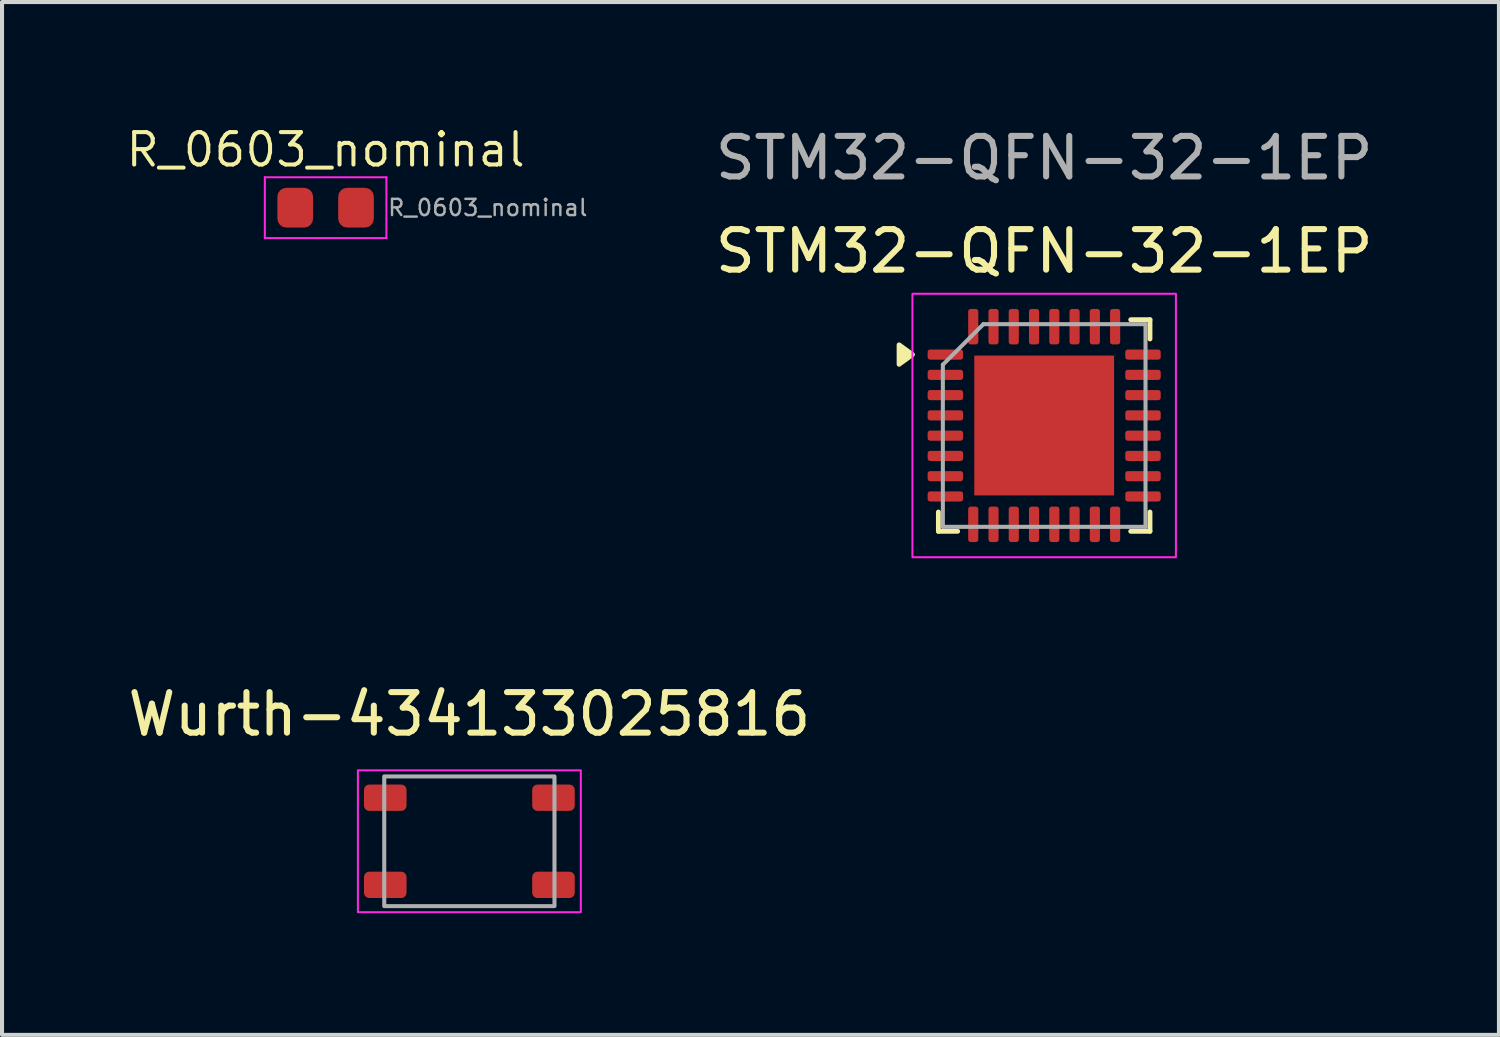
<source format=kicad_pcb>
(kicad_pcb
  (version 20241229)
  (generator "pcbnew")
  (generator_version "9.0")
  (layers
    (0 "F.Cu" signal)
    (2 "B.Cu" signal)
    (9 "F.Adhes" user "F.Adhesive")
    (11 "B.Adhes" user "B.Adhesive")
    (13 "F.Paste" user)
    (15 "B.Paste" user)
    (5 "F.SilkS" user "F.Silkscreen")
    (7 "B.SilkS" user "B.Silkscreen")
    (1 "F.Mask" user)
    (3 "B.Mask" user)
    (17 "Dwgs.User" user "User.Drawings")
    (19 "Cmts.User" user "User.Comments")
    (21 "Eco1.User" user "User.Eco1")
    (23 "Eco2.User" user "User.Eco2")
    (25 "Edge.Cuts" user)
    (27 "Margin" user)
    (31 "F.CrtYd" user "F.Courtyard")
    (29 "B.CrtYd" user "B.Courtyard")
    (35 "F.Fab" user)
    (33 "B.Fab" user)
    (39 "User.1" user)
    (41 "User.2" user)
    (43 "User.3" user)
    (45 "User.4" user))
  (footprint "R_0603_nominal"
    (layer "F.Cu")
    (at 4.984 2.074)
    (property "Reference" "R_0603_nominal" (at 0 -1.43 0) (layer "F.SilkS") (effects (font (size 0.8 0.8) (thickness 0.1))))
    (attr smd)
    (fp_line (start -1.5 -0.75) (end 1.5 -0.75) (stroke (width 0.05) (type solid)) (layer "F.CrtYd"))
    (fp_line (start -1.5 0.75) (end -1.5 -0.75) (stroke (width 0.05) (type solid)) (layer "F.CrtYd"))
    (fp_line (start 1.5 -0.75) (end 1.5 0.75) (stroke (width 0.05) (type solid)) (layer "F.CrtYd"))
    (fp_line (start 1.5 0.75) (end -1.5 0.75) (stroke (width 0.05) (type solid)) (layer "F.CrtYd"))
    (fp_text user "${REFERENCE}" (at 4 0 0) (layer "F.Fab") (effects (font (size 0.4 0.4) (thickness 0.06))))
    (pad "1" smd roundrect (at -0.75 0) (size 0.88 0.98) (layers "F.Cu" "F.Mask" "F.Paste") (roundrect_rratio 0.25))
    (pad "2" smd roundrect (at 0.75 0) (size 0.88 0.98) (layers "F.Cu" "F.Mask" "F.Paste") (roundrect_rratio 0.25)))
  (footprint "Wurth-434133025816"
    (layer "F.Cu")
    (at 8.53 17.706)
    (property "Reference" "Wurth-434133025816" (at 0 -3.135 0) (layer "F.SilkS") (effects (font (size 1 1) (thickness 0.15))))
    (attr smd)
    (fp_rect (start -2.75 -1.75) (end 2.75 1.75) (stroke (width 0.05) (type default)) (fill no) (layer "F.CrtYd"))
    (fp_rect (start -2.1 -1.6) (end 2.1 1.6) (stroke (width 0.1) (type default)) (fill no) (layer "F.Fab"))
    (pad "1" smd roundrect (at -2.075 -1.075) (size 1.05 0.65) (layers "F.Cu" "F.Mask" "F.Paste") (roundrect_rratio 0.2))
    (pad "2" smd roundrect (at 2.075 -1.075) (size 1.05 0.65) (layers "F.Cu" "F.Mask" "F.Paste") (roundrect_rratio 0.2))
    (pad "3" smd roundrect (at -2.075 1.075) (size 1.05 0.65) (layers "F.Cu" "F.Mask" "F.Paste") (roundrect_rratio 0.2))
    (pad "4" smd roundrect (at 2.075 1.075) (size 1.05 0.65) (layers "F.Cu" "F.Mask" "F.Paste") (roundrect_rratio 0.2)))
  (footprint "STM32-QFN-32-1EP"
    (layer "F.Cu")
    (at 22.712 7.448)
    (property "Reference" "STM32-QFN-32-1EP" (at 0 -4.3 0) (layer "F.SilkS") (effects (font (size 1 1) (thickness 0.15))))
    (attr smd)
    (fp_line (start -2.61 2.61) (end -2.61 2.135) (stroke (width 0.12) (type solid)) (layer "F.SilkS"))
    (fp_line (start -2.135 2.61) (end -2.61 2.61) (stroke (width 0.12) (type solid)) (layer "F.SilkS"))
    (fp_line (start 2.135 -2.61) (end 2.61 -2.61) (stroke (width 0.12) (type solid)) (layer "F.SilkS"))
    (fp_line (start 2.135 2.61) (end 2.61 2.61) (stroke (width 0.12) (type solid)) (layer "F.SilkS"))
    (fp_line (start 2.61 -2.61) (end 2.61 -2.135) (stroke (width 0.12) (type solid)) (layer "F.SilkS"))
    (fp_line (start 2.61 2.61) (end 2.61 2.135) (stroke (width 0.12) (type solid)) (layer "F.SilkS"))
    (fp_poly (pts (xy -3.25 -1.75) (xy -3.58 -1.51) (xy -3.58 -1.99) (xy -3.25 -1.75)) (stroke (width 0.12) (type solid)) (fill yes) (layer "F.SilkS"))
    (fp_rect (start -3.25 -3.25) (end 3.25 3.25) (stroke (width 0.05) (type default)) (fill no) (layer "F.CrtYd"))
    (fp_line (start -2.5 -1.5) (end -1.5 -2.5) (stroke (width 0.1) (type solid)) (layer "F.Fab"))
    (fp_line (start -2.5 2.5) (end -2.5 -1.5) (stroke (width 0.1) (type solid)) (layer "F.Fab"))
    (fp_line (start -1.5 -2.5) (end 2.5 -2.5) (stroke (width 0.1) (type solid)) (layer "F.Fab"))
    (fp_line (start 2.5 -2.5) (end 2.5 2.5) (stroke (width 0.1) (type solid)) (layer "F.Fab"))
    (fp_line (start 2.5 2.5) (end -2.5 2.5) (stroke (width 0.1) (type solid)) (layer "F.Fab"))
    (fp_text user "${REFERENCE}" (at 0 -6.6 0) (layer "F.Fab") (effects (font (size 1 1) (thickness 0.15))))
    (pad "" smd roundrect (at -1.15 -1.15) (size 0.93 0.93) (layers "F.Paste") (roundrect_rratio 0.25))
    (pad "" smd roundrect (at -1.15 0) (size 0.93 0.93) (layers "F.Paste") (roundrect_rratio 0.25))
    (pad "" smd roundrect (at -1.15 1.15) (size 0.93 0.93) (layers "F.Paste") (roundrect_rratio 0.25))
    (pad "" smd roundrect (at 0 -1.15) (size 0.93 0.93) (layers "F.Paste") (roundrect_rratio 0.25))
    (pad "" smd roundrect (at 0 0) (size 0.93 0.93) (layers "F.Paste") (roundrect_rratio 0.25))
    (pad "" smd roundrect (at 0 1.15) (size 0.93 0.93) (layers "F.Paste") (roundrect_rratio 0.25))
    (pad "" smd roundrect (at 1.15 -1.15) (size 0.93 0.93) (layers "F.Paste") (roundrect_rratio 0.25))
    (pad "" smd roundrect (at 1.15 0) (size 0.93 0.93) (layers "F.Paste") (roundrect_rratio 0.25))
    (pad "" smd roundrect (at 1.15 1.15) (size 0.93 0.93) (layers "F.Paste") (roundrect_rratio 0.25))
    (pad "1" smd roundrect (at -2.438 -1.75) (size 0.875 0.25) (layers "F.Cu" "F.Mask" "F.Paste") (roundrect_rratio 0.25))
    (pad "2" smd roundrect (at -2.438 -1.25) (size 0.875 0.25) (layers "F.Cu" "F.Mask" "F.Paste") (roundrect_rratio 0.25))
    (pad "3" smd roundrect (at -2.438 -0.75) (size 0.875 0.25) (layers "F.Cu" "F.Mask" "F.Paste") (roundrect_rratio 0.25))
    (pad "4" smd roundrect (at -2.438 -0.25) (size 0.875 0.25) (layers "F.Cu" "F.Mask" "F.Paste") (roundrect_rratio 0.25))
    (pad "5" smd roundrect (at -2.438 0.25) (size 0.875 0.25) (layers "F.Cu" "F.Mask" "F.Paste") (roundrect_rratio 0.25))
    (pad "6" smd roundrect (at -2.438 0.75) (size 0.875 0.25) (layers "F.Cu" "F.Mask" "F.Paste") (roundrect_rratio 0.25))
    (pad "7" smd roundrect (at -2.438 1.25) (size 0.875 0.25) (layers "F.Cu" "F.Mask" "F.Paste") (roundrect_rratio 0.25))
    (pad "8" smd roundrect (at -2.438 1.75) (size 0.875 0.25) (layers "F.Cu" "F.Mask" "F.Paste") (roundrect_rratio 0.25))
    (pad "9" smd roundrect (at -1.75 2.438) (size 0.25 0.875) (layers "F.Cu" "F.Mask" "F.Paste") (roundrect_rratio 0.25))
    (pad "10" smd roundrect (at -1.25 2.438) (size 0.25 0.875) (layers "F.Cu" "F.Mask" "F.Paste") (roundrect_rratio 0.25))
    (pad "11" smd roundrect (at -0.75 2.438) (size 0.25 0.875) (layers "F.Cu" "F.Mask" "F.Paste") (roundrect_rratio 0.25))
    (pad "12" smd roundrect (at -0.25 2.438) (size 0.25 0.875) (layers "F.Cu" "F.Mask" "F.Paste") (roundrect_rratio 0.25))
    (pad "13" smd roundrect (at 0.25 2.438) (size 0.25 0.875) (layers "F.Cu" "F.Mask" "F.Paste") (roundrect_rratio 0.25))
    (pad "14" smd roundrect (at 0.75 2.438) (size 0.25 0.875) (layers "F.Cu" "F.Mask" "F.Paste") (roundrect_rratio 0.25))
    (pad "15" smd roundrect (at 1.25 2.438) (size 0.25 0.875) (layers "F.Cu" "F.Mask" "F.Paste") (roundrect_rratio 0.25))
    (pad "16" smd roundrect (at 1.75 2.438) (size 0.25 0.875) (layers "F.Cu" "F.Mask" "F.Paste") (roundrect_rratio 0.25))
    (pad "17" smd roundrect (at 2.438 1.75) (size 0.875 0.25) (layers "F.Cu" "F.Mask" "F.Paste") (roundrect_rratio 0.25))
    (pad "18" smd roundrect (at 2.438 1.25) (size 0.875 0.25) (layers "F.Cu" "F.Mask" "F.Paste") (roundrect_rratio 0.25))
    (pad "19" smd roundrect (at 2.438 0.75) (size 0.875 0.25) (layers "F.Cu" "F.Mask" "F.Paste") (roundrect_rratio 0.25))
    (pad "20" smd roundrect (at 2.438 0.25) (size 0.875 0.25) (layers "F.Cu" "F.Mask" "F.Paste") (roundrect_rratio 0.25))
    (pad "21" smd roundrect (at 2.438 -0.25) (size 0.875 0.25) (layers "F.Cu" "F.Mask" "F.Paste") (roundrect_rratio 0.25))
    (pad "22" smd roundrect (at 2.438 -0.75) (size 0.875 0.25) (layers "F.Cu" "F.Mask" "F.Paste") (roundrect_rratio 0.25))
    (pad "23" smd roundrect (at 2.438 -1.25) (size 0.875 0.25) (layers "F.Cu" "F.Mask" "F.Paste") (roundrect_rratio 0.25))
    (pad "24" smd roundrect (at 2.438 -1.75) (size 0.875 0.25) (layers "F.Cu" "F.Mask" "F.Paste") (roundrect_rratio 0.25))
    (pad "25" smd roundrect (at 1.75 -2.438) (size 0.25 0.875) (layers "F.Cu" "F.Mask" "F.Paste") (roundrect_rratio 0.25))
    (pad "26" smd roundrect (at 1.25 -2.438) (size 0.25 0.875) (layers "F.Cu" "F.Mask" "F.Paste") (roundrect_rratio 0.25))
    (pad "27" smd roundrect (at 0.75 -2.438) (size 0.25 0.875) (layers "F.Cu" "F.Mask" "F.Paste") (roundrect_rratio 0.25))
    (pad "28" smd roundrect (at 0.25 -2.438) (size 0.25 0.875) (layers "F.Cu" "F.Mask" "F.Paste") (roundrect_rratio 0.25))
    (pad "29" smd roundrect (at -0.25 -2.438) (size 0.25 0.875) (layers "F.Cu" "F.Mask" "F.Paste") (roundrect_rratio 0.25))
    (pad "30" smd roundrect (at -0.75 -2.438) (size 0.25 0.875) (layers "F.Cu" "F.Mask" "F.Paste") (roundrect_rratio 0.25))
    (pad "31" smd roundrect (at -1.25 -2.438) (size 0.25 0.875) (layers "F.Cu" "F.Mask" "F.Paste") (roundrect_rratio 0.25))
    (pad "32" smd roundrect (at -1.75 -2.438) (size 0.25 0.875) (layers "F.Cu" "F.Mask" "F.Paste") (roundrect_rratio 0.25))
    (pad "33" smd rect (at 0 0) (size 3.45 3.45) (property pad_prop_heatsink) (layers "F.Cu" "F.Mask")))
  (gr_rect
    (start -3 -3)
    (end 33.932 22.482)
    (stroke (width 0.1) (type default))
    (fill no)
    (layer "Edge.Cuts")))
</source>
